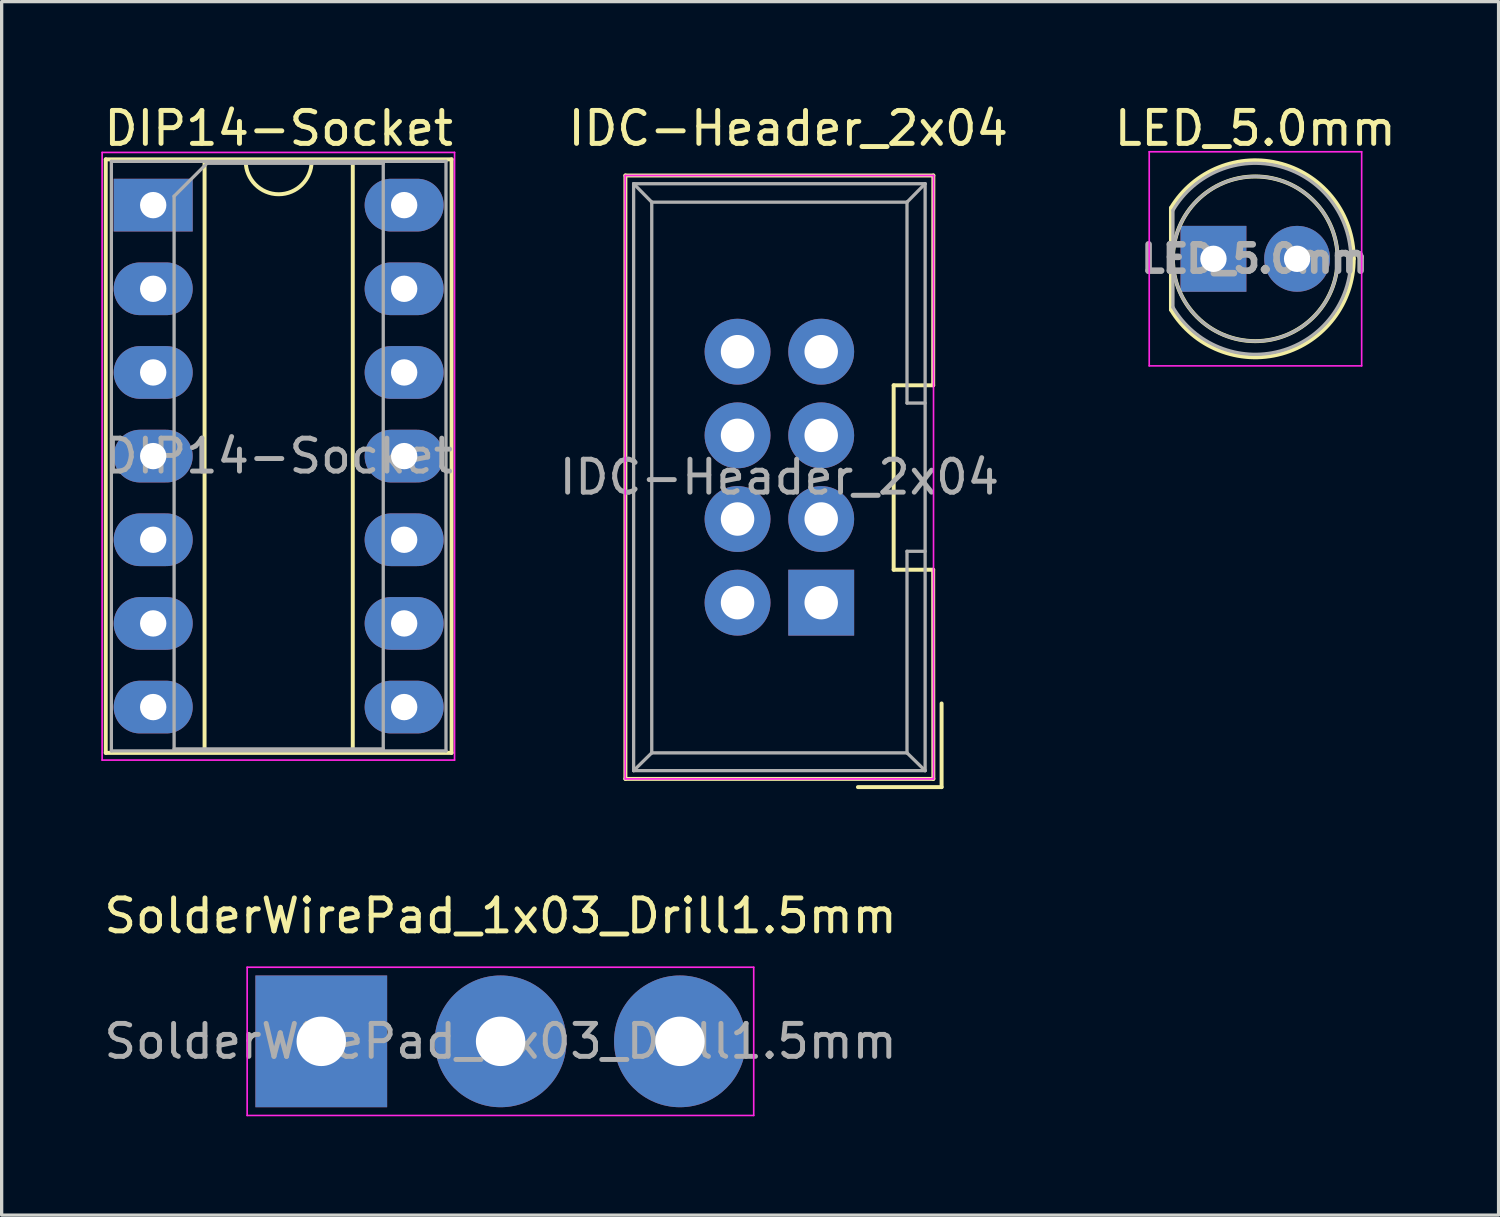
<source format=kicad_pcb>
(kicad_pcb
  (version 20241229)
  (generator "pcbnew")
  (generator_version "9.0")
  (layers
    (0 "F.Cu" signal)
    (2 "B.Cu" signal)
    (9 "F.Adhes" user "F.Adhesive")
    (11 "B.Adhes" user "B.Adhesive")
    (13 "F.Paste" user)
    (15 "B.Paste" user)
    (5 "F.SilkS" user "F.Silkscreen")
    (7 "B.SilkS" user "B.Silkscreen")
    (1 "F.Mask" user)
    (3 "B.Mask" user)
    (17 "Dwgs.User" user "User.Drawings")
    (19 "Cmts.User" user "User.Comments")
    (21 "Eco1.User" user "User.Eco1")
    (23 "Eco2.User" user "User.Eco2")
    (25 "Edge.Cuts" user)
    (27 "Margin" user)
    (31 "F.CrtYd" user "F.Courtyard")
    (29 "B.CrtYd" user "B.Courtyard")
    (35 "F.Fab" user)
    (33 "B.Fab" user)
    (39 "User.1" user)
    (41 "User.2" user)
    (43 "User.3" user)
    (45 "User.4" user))
  (footprint "IDC-Header_2x04"
    (layer "F.Cu")
    (at 21.883 15.248)
    (property "Reference" "IDC-Header_2x04" (at -1 -14.4 180) (layer "F.SilkS") (effects (font (size 1 1) (thickness 0.15))))
    (attr through_hole)
    (fp_line (start -5.945 -12.97) (end 3.405 -12.97) (stroke (width 0.12) (type solid)) (layer "F.SilkS"))
    (fp_line (start -5.945 5.35) (end -5.945 -12.97) (stroke (width 0.12) (type solid)) (layer "F.SilkS"))
    (fp_line (start 2.2 -6.6) (end 2.2 -1) (stroke (width 0.12) (type solid)) (layer "F.SilkS"))
    (fp_line (start 2.2 -1) (end 3.4 -1) (stroke (width 0.12) (type solid)) (layer "F.SilkS"))
    (fp_line (start 3.4 -6.6) (end 2.2 -6.6) (stroke (width 0.12) (type solid)) (layer "F.SilkS"))
    (fp_line (start 3.4 -6.6) (end 3.405 -12.97) (stroke (width 0.12) (type solid)) (layer "F.SilkS"))
    (fp_line (start 3.405 5.35) (end -5.945 5.35) (stroke (width 0.12) (type solid)) (layer "F.SilkS"))
    (fp_line (start 3.405 5.35) (end 3.4 -1) (stroke (width 0.12) (type solid)) (layer "F.SilkS"))
    (fp_line (start 3.655 5.6) (end 1.115 5.6) (stroke (width 0.12) (type solid)) (layer "F.SilkS"))
    (fp_line (start 3.655 5.6) (end 3.655 3.06) (stroke (width 0.12) (type solid)) (layer "F.SilkS"))
    (fp_line (start -5.95 -12.97) (end 3.41 -12.97) (stroke (width 0.05) (type solid)) (layer "F.CrtYd"))
    (fp_line (start -5.95 5.35) (end -5.95 -12.97) (stroke (width 0.05) (type solid)) (layer "F.CrtYd"))
    (fp_line (start 3.41 -12.97) (end 3.41 5.35) (stroke (width 0.05) (type solid)) (layer "F.CrtYd"))
    (fp_line (start 3.41 5.35) (end -5.95 5.35) (stroke (width 0.05) (type solid)) (layer "F.CrtYd"))
    (fp_line (start -5.695 -12.72) (end -5.145 -12.16) (stroke (width 0.1) (type solid)) (layer "F.Fab"))
    (fp_line (start -5.695 -12.72) (end 3.155 -12.72) (stroke (width 0.1) (type solid)) (layer "F.Fab"))
    (fp_line (start -5.695 5.1) (end -5.695 -12.72) (stroke (width 0.1) (type solid)) (layer "F.Fab"))
    (fp_line (start -5.695 5.1) (end -5.145 4.56) (stroke (width 0.1) (type solid)) (layer "F.Fab"))
    (fp_line (start -5.695 5.1) (end 3.155 5.1) (stroke (width 0.1) (type solid)) (layer "F.Fab"))
    (fp_line (start -5.145 -12.16) (end 2.605 -12.16) (stroke (width 0.1) (type solid)) (layer "F.Fab"))
    (fp_line (start -5.145 4.56) (end -5.145 -12.16) (stroke (width 0.1) (type solid)) (layer "F.Fab"))
    (fp_line (start -5.145 4.56) (end 2.605 4.56) (stroke (width 0.1) (type solid)) (layer "F.Fab"))
    (fp_line (start 2.605 -6.06) (end 2.605 -12.16) (stroke (width 0.1) (type solid)) (layer "F.Fab"))
    (fp_line (start 2.605 -6.06) (end 3.155 -6.06) (stroke (width 0.1) (type solid)) (layer "F.Fab"))
    (fp_line (start 2.605 -1.56) (end 3.155 -1.56) (stroke (width 0.1) (type solid)) (layer "F.Fab"))
    (fp_line (start 2.605 4.56) (end 2.605 -1.56) (stroke (width 0.1) (type solid)) (layer "F.Fab"))
    (fp_line (start 3.155 -12.72) (end 2.605 -12.16) (stroke (width 0.1) (type solid)) (layer "F.Fab"))
    (fp_line (start 3.155 5.1) (end 2.605 4.56) (stroke (width 0.1) (type solid)) (layer "F.Fab"))
    (fp_line (start 3.155 5.1) (end 3.155 -12.72) (stroke (width 0.1) (type solid)) (layer "F.Fab"))
    (fp_text user "${REFERENCE}" (at -1.27 -3.81 180) (layer "F.Fab") (effects (font (size 1 1) (thickness 0.15))))
    (pad "1" thru_hole rect (at 0 0 180) (size 2 2) (drill 1.016) (layers "*.Cu" "*.Mask"))
    (pad "2" thru_hole circle (at -2.54 0 180) (size 2 2) (drill 1.016) (layers "*.Cu" "*.Mask"))
    (pad "3" thru_hole circle (at 0 -2.54 180) (size 2 2) (drill 1.016) (layers "*.Cu" "*.Mask"))
    (pad "4" thru_hole circle (at -2.54 -2.54 180) (size 2 2) (drill 1.016) (layers "*.Cu" "*.Mask"))
    (pad "5" thru_hole circle (at 0 -5.08 180) (size 2 2) (drill 1.016) (layers "*.Cu" "*.Mask"))
    (pad "6" thru_hole circle (at -2.54 -5.08 180) (size 2 2) (drill 1.016) (layers "*.Cu" "*.Mask"))
    (pad "7" thru_hole circle (at 0 -7.62 180) (size 2 2) (drill 1.016) (layers "*.Cu" "*.Mask"))
    (pad "8" thru_hole circle (at -2.54 -7.62 180) (size 2 2) (drill 1.016) (layers "*.Cu" "*.Mask")))
  (footprint "SolderWirePad_1x03_Drill1.5mm"
    (layer "F.Cu")
    (at 6.704 28.567)
    (property "Reference" "SolderWirePad_1x03_Drill1.5mm" (at 5.445 -3.81 0) (layer "F.SilkS") (effects (font (size 1 1) (thickness 0.15))))
    (attr exclude_from_pos_files exclude_from_bom)
    (fp_line (start -2.25 -2.25) (end -2.25 2.25) (stroke (width 0.05) (type solid)) (layer "F.CrtYd"))
    (fp_line (start -2.25 -2.25) (end 13.13 -2.25) (stroke (width 0.05) (type solid)) (layer "F.CrtYd"))
    (fp_line (start 13.13 2.25) (end -2.25 2.25) (stroke (width 0.05) (type solid)) (layer "F.CrtYd"))
    (fp_line (start 13.13 2.25) (end 13.13 -2.25) (stroke (width 0.05) (type solid)) (layer "F.CrtYd"))
    (fp_text user "${REFERENCE}" (at 5.445 0 0) (layer "F.Fab") (effects (font (size 1 1) (thickness 0.15))))
    (pad "1" thru_hole rect (at 0 0) (size 4 4) (drill 1.501) (layers "*.Cu" "*.Mask"))
    (pad "2" thru_hole circle (at 5.445 0) (size 4 4) (drill 1.501) (layers "*.Cu" "*.Mask"))
    (pad "3" thru_hole circle (at 10.89 0) (size 4 4) (drill 1.501) (layers "*.Cu" "*.Mask")))
  (footprint "DIP14-Socket"
    (layer "F.Cu")
    (at 1.601 3.178)
    (property "Reference" "DIP14-Socket" (at 3.81 -2.33 0) (layer "F.SilkS") (effects (font (size 1 1) (thickness 0.15))))
    (attr through_hole)
    (fp_line (start -1.44 -1.39) (end -1.44 16.63) (stroke (width 0.12) (type solid)) (layer "F.SilkS"))
    (fp_line (start -1.44 16.63) (end 9.06 16.63) (stroke (width 0.12) (type solid)) (layer "F.SilkS"))
    (fp_line (start 1.56 -1.33) (end 1.56 16.57) (stroke (width 0.12) (type solid)) (layer "F.SilkS"))
    (fp_line (start 1.56 16.57) (end 6.06 16.57) (stroke (width 0.12) (type solid)) (layer "F.SilkS"))
    (fp_line (start 2.81 -1.33) (end 1.56 -1.33) (stroke (width 0.12) (type solid)) (layer "F.SilkS"))
    (fp_line (start 6.06 -1.33) (end 4.81 -1.33) (stroke (width 0.12) (type solid)) (layer "F.SilkS"))
    (fp_line (start 6.06 16.57) (end 6.06 -1.33) (stroke (width 0.12) (type solid)) (layer "F.SilkS"))
    (fp_line (start 9.06 -1.39) (end -1.44 -1.39) (stroke (width 0.12) (type solid)) (layer "F.SilkS"))
    (fp_line (start 9.06 16.63) (end 9.06 -1.39) (stroke (width 0.12) (type solid)) (layer "F.SilkS"))
    (fp_arc (start 4.81 -1.33) (mid 3.81 -0.33) (end 2.81 -1.33) (stroke (width 0.12) (type solid)) (layer "F.SilkS"))
    (fp_line (start -1.55 -1.6) (end -1.55 16.85) (stroke (width 0.05) (type solid)) (layer "F.CrtYd"))
    (fp_line (start -1.55 16.85) (end 9.15 16.85) (stroke (width 0.05) (type solid)) (layer "F.CrtYd"))
    (fp_line (start 9.15 -1.6) (end -1.55 -1.6) (stroke (width 0.05) (type solid)) (layer "F.CrtYd"))
    (fp_line (start 9.15 16.85) (end 9.15 -1.6) (stroke (width 0.05) (type solid)) (layer "F.CrtYd"))
    (fp_line (start -1.27 -1.33) (end -1.27 16.57) (stroke (width 0.1) (type solid)) (layer "F.Fab"))
    (fp_line (start -1.27 16.57) (end 8.89 16.57) (stroke (width 0.1) (type solid)) (layer "F.Fab"))
    (fp_line (start 0.635 -0.27) (end 1.635 -1.27) (stroke (width 0.1) (type solid)) (layer "F.Fab"))
    (fp_line (start 0.635 16.51) (end 0.635 -0.27) (stroke (width 0.1) (type solid)) (layer "F.Fab"))
    (fp_line (start 1.635 -1.27) (end 6.985 -1.27) (stroke (width 0.1) (type solid)) (layer "F.Fab"))
    (fp_line (start 6.985 -1.27) (end 6.985 16.51) (stroke (width 0.1) (type solid)) (layer "F.Fab"))
    (fp_line (start 6.985 16.51) (end 0.635 16.51) (stroke (width 0.1) (type solid)) (layer "F.Fab"))
    (fp_line (start 8.89 -1.33) (end -1.27 -1.33) (stroke (width 0.1) (type solid)) (layer "F.Fab"))
    (fp_line (start 8.89 16.57) (end 8.89 -1.33) (stroke (width 0.1) (type solid)) (layer "F.Fab"))
    (fp_text user "${REFERENCE}" (at 3.81 7.62 0) (layer "F.Fab") (effects (font (size 1 1) (thickness 0.15))))
    (pad "1" thru_hole rect (at 0 0) (size 2.4 1.6) (drill 0.8) (layers "*.Cu" "*.Mask"))
    (pad "2" thru_hole oval (at 0 2.54) (size 2.4 1.6) (drill 0.8) (layers "*.Cu" "*.Mask"))
    (pad "3" thru_hole oval (at 0 5.08) (size 2.4 1.6) (drill 0.8) (layers "*.Cu" "*.Mask"))
    (pad "4" thru_hole oval (at 0 7.62) (size 2.4 1.6) (drill 0.8) (layers "*.Cu" "*.Mask"))
    (pad "5" thru_hole oval (at 0 10.16) (size 2.4 1.6) (drill 0.8) (layers "*.Cu" "*.Mask"))
    (pad "6" thru_hole oval (at 0 12.7) (size 2.4 1.6) (drill 0.8) (layers "*.Cu" "*.Mask"))
    (pad "7" thru_hole oval (at 0 15.24) (size 2.4 1.6) (drill 0.8) (layers "*.Cu" "*.Mask"))
    (pad "8" thru_hole oval (at 7.62 15.24) (size 2.4 1.6) (drill 0.8) (layers "*.Cu" "*.Mask"))
    (pad "9" thru_hole oval (at 7.62 12.7) (size 2.4 1.6) (drill 0.8) (layers "*.Cu" "*.Mask"))
    (pad "10" thru_hole oval (at 7.62 10.16) (size 2.4 1.6) (drill 0.8) (layers "*.Cu" "*.Mask"))
    (pad "11" thru_hole oval (at 7.62 7.62) (size 2.4 1.6) (drill 0.8) (layers "*.Cu" "*.Mask"))
    (pad "12" thru_hole oval (at 7.62 5.08) (size 2.4 1.6) (drill 0.8) (layers "*.Cu" "*.Mask"))
    (pad "13" thru_hole oval (at 7.62 2.54) (size 2.4 1.6) (drill 0.8) (layers "*.Cu" "*.Mask"))
    (pad "14" thru_hole oval (at 7.62 0) (size 2.4 1.6) (drill 0.8) (layers "*.Cu" "*.Mask")))
  (footprint "LED_5.0mm"
    (layer "F.Cu")
    (at 33.792 4.808)
    (property "Reference" "LED_5.0mm" (at 1.27 -3.96 0) (layer "F.SilkS") (effects (font (size 1 1) (thickness 0.15))))
    (attr through_hole)
    (fp_line (start -1.29 -1.545) (end -1.29 1.545) (stroke (width 0.12) (type solid)) (layer "F.SilkS"))
    (fp_arc (start -1.29 -1.54483) (mid 2.072002 -2.880433) (end 4.26 0.000462) (stroke (width 0.12) (type solid)) (layer "F.SilkS"))
    (fp_arc (start 4.26 -0.000462) (mid 2.072002 2.880433) (end -1.29 1.54483) (stroke (width 0.12) (type solid)) (layer "F.SilkS"))
    (fp_circle (center 1.27 0) (end 3.77 0) (stroke (width 0.12) (type solid)) (fill no) (layer "F.SilkS"))
    (fp_line (start -1.95 -3.25) (end -1.95 3.25) (stroke (width 0.05) (type solid)) (layer "F.CrtYd"))
    (fp_line (start -1.95 3.25) (end 4.5 3.25) (stroke (width 0.05) (type solid)) (layer "F.CrtYd"))
    (fp_line (start 4.5 -3.25) (end -1.95 -3.25) (stroke (width 0.05) (type solid)) (layer "F.CrtYd"))
    (fp_line (start 4.5 3.25) (end 4.5 -3.25) (stroke (width 0.05) (type solid)) (layer "F.CrtYd"))
    (fp_line (start -1.23 -1.47) (end -1.23 1.47) (stroke (width 0.1) (type solid)) (layer "F.Fab"))
    (fp_arc (start -1.23 -1.469694) (mid 4.17 0.000016) (end -1.230016 1.469666) (stroke (width 0.1) (type solid)) (layer "F.Fab"))
    (fp_circle (center 1.27 0) (end 3.77 0) (stroke (width 0.1) (type solid)) (fill no) (layer "F.Fab"))
    (fp_text user "${REFERENCE}" (at 1.25 0 0) (layer "F.Fab") (effects (font (size 0.8 0.8) (thickness 0.2))))
    (pad "1" thru_hole rect (at 0 0) (size 2 2) (drill 0.8) (layers "*.Cu" "*.Mask"))
    (pad "2" thru_hole circle (at 2.54 0) (size 2 2) (drill 0.8) (layers "*.Cu" "*.Mask")))
  (gr_rect
    (start -3 -3)
    (end 42.449 33.842)
    (stroke (width 0.1) (type default))
    (fill no)
    (layer "Edge.Cuts")))
</source>
